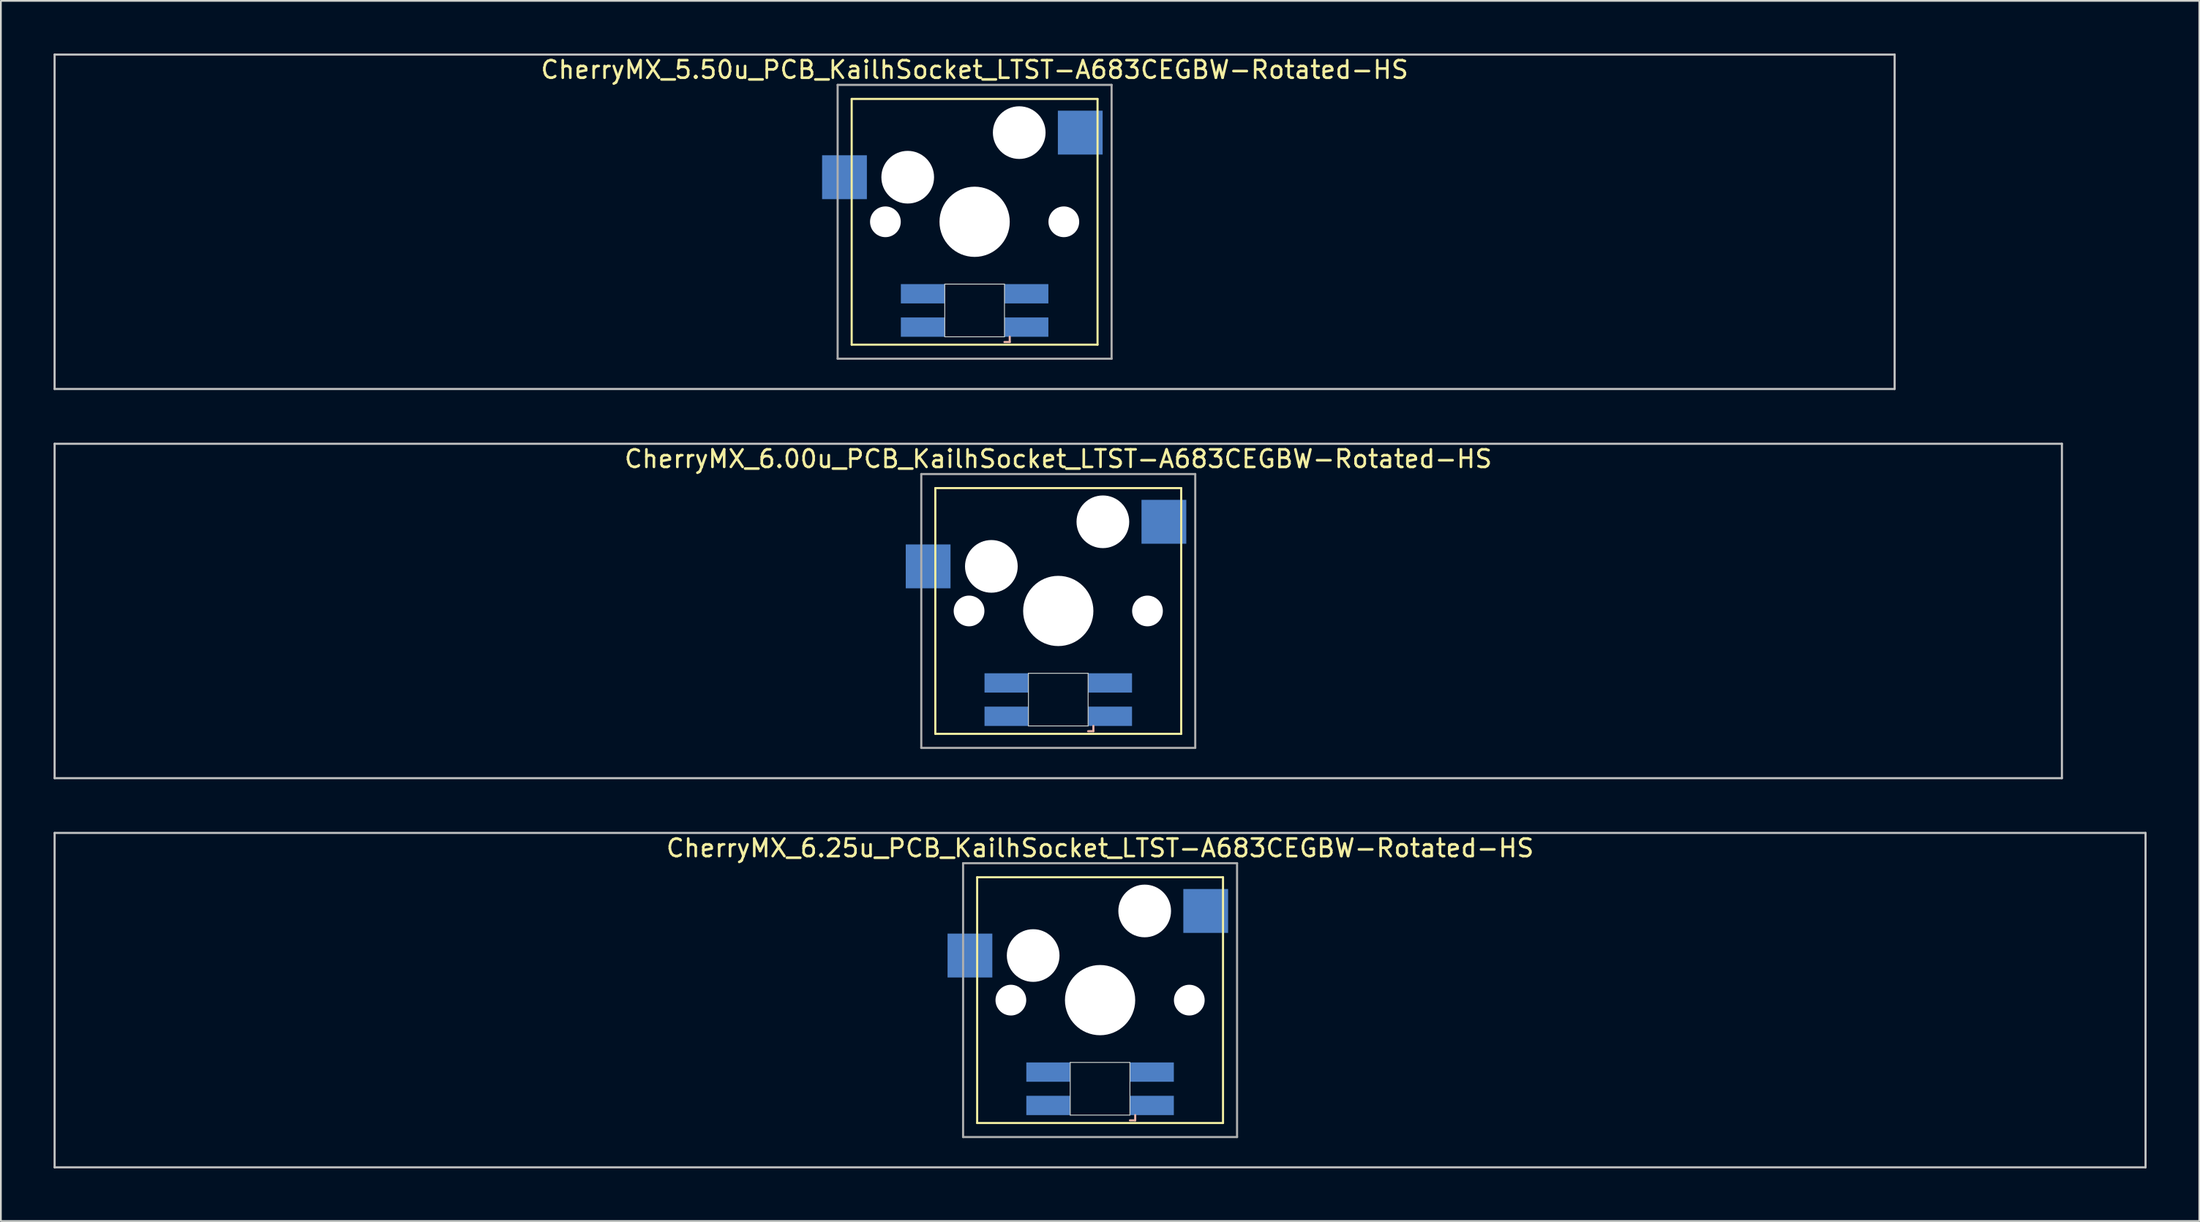
<source format=kicad_pcb>
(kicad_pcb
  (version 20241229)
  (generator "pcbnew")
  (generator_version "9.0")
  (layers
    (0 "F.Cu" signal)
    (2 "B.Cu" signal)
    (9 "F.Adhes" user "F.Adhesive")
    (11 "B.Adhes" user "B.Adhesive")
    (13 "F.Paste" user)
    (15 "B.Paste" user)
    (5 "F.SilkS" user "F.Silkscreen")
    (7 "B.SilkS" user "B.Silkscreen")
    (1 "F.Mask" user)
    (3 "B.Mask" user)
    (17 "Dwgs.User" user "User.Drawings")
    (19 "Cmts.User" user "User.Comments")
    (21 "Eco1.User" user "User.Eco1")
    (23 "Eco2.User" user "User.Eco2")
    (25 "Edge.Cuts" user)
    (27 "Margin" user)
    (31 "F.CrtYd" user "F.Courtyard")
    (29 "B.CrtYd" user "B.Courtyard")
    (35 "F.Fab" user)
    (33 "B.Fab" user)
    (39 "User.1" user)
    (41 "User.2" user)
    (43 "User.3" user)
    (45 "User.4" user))
  (footprint "CherryMX_5.50u_PCB_KailhSocket_LTST-A683CEGBW-Rotated-HS"
    (layer "F.Cu")
    (at 52.447 9.585)
    (property "Reference" "CherryMX_5.50u_PCB_KailhSocket_LTST-A683CEGBW-Rotated-HS" (at 0 -8.662 0) (layer "F.SilkS") (effects (font (size 1 1) (thickness 0.15))))
    (attr through_hole)
    (fp_line (start -7 -7) (end -7 7) (stroke (width 0.12) (type solid)) (layer "F.SilkS"))
    (fp_line (start -7 -7) (end 7 -7) (stroke (width 0.12) (type solid)) (layer "F.SilkS"))
    (fp_line (start 7 -7) (end 7 7) (stroke (width 0.12) (type solid)) (layer "F.SilkS"))
    (fp_line (start 7 7) (end -7 7) (stroke (width 0.12) (type solid)) (layer "F.SilkS"))
    (fp_line (start 1.7 6.85) (end 2 6.85) (stroke (width 0.12) (type solid)) (layer "B.SilkS"))
    (fp_line (start 2 6.85) (end 2 6.55) (stroke (width 0.12) (type solid)) (layer "B.SilkS"))
    (fp_line (start -52.388 -9.525) (end 52.388 -9.525) (stroke (width 0.12) (type solid)) (layer "Dwgs.User"))
    (fp_line (start -52.388 9.525) (end -52.388 -9.525) (stroke (width 0.12) (type solid)) (layer "Dwgs.User"))
    (fp_line (start 52.388 -9.525) (end 52.388 9.525) (stroke (width 0.12) (type solid)) (layer "Dwgs.User"))
    (fp_line (start 52.388 9.525) (end -52.388 9.525) (stroke (width 0.12) (type solid)) (layer "Dwgs.User"))
    (fp_line (start -1.7 3.55) (end 1.7 3.55) (stroke (width 0.05) (type solid)) (layer "Edge.Cuts"))
    (fp_line (start -1.7 6.55) (end -1.7 3.55) (stroke (width 0.05) (type solid)) (layer "Edge.Cuts"))
    (fp_line (start 1.7 3.55) (end 1.7 6.55) (stroke (width 0.05) (type solid)) (layer "Edge.Cuts"))
    (fp_line (start 1.7 6.55) (end -1.7 6.55) (stroke (width 0.05) (type solid)) (layer "Edge.Cuts"))
    (fp_line (start -7.8 -7.8) (end -7.8 7.8) (stroke (width 0.12) (type solid)) (layer "F.Fab"))
    (fp_line (start -7.8 -7.8) (end 7.8 -7.8) (stroke (width 0.12) (type solid)) (layer "F.Fab"))
    (fp_line (start -7.8 7.8) (end 7.8 7.8) (stroke (width 0.12) (type solid)) (layer "F.Fab"))
    (fp_line (start 7.8 -7.8) (end 7.8 7.8) (stroke (width 0.12) (type solid)) (layer "F.Fab"))
    (pad "" np_thru_hole circle (at -5.08 0) (size 1.75 1.75) (drill 1.75) (layers "*.Cu" "*.Mask"))
    (pad "" np_thru_hole circle (at -3.81 -2.54) (size 3 3) (drill 3) (layers "*.Cu" "*.Mask"))
    (pad "" np_thru_hole circle (at 0 0) (size 4 4) (drill 4) (layers "*.Cu" "*.Mask"))
    (pad "" np_thru_hole circle (at 2.54 -5.08) (size 3 3) (drill 3) (layers "*.Cu" "*.Mask"))
    (pad "" np_thru_hole circle (at 5.08 0) (size 1.75 1.75) (drill 1.75) (layers "*.Cu" "*.Mask"))
    (pad "1" smd rect (at -7.41 -2.54) (size 2.55 2.5) (layers "B.Cu" "B.Mask" "B.Paste"))
    (pad "2" smd rect (at 6.015 -5.08) (size 2.55 2.5) (layers "B.Cu" "B.Mask" "B.Paste"))
    (pad "3" smd rect (at 2.95 6) (size 2.5 1.1) (layers "B.Cu" "B.Mask" "B.Paste"))
    (pad "4" smd rect (at 2.95 4.1) (size 2.5 1.1) (layers "B.Cu" "B.Mask" "B.Paste"))
    (pad "5" smd rect (at -2.95 6) (size 2.5 1.1) (layers "B.Cu" "B.Mask" "B.Paste"))
    (pad "6" smd rect (at -2.95 4.1) (size 2.5 1.1) (layers "B.Cu" "B.Mask" "B.Paste")))
  (footprint "CherryMX_6.25u_PCB_KailhSocket_LTST-A683CEGBW-Rotated-HS"
    (layer "F.Cu")
    (at 59.591 53.925)
    (property "Reference" "CherryMX_6.25u_PCB_KailhSocket_LTST-A683CEGBW-Rotated-HS" (at 0 -8.662 0) (layer "F.SilkS") (effects (font (size 1 1) (thickness 0.15))))
    (attr through_hole)
    (fp_line (start -7 -7) (end -7 7) (stroke (width 0.12) (type solid)) (layer "F.SilkS"))
    (fp_line (start -7 -7) (end 7 -7) (stroke (width 0.12) (type solid)) (layer "F.SilkS"))
    (fp_line (start 7 -7) (end 7 7) (stroke (width 0.12) (type solid)) (layer "F.SilkS"))
    (fp_line (start 7 7) (end -7 7) (stroke (width 0.12) (type solid)) (layer "F.SilkS"))
    (fp_line (start 1.7 6.85) (end 2 6.85) (stroke (width 0.12) (type solid)) (layer "B.SilkS"))
    (fp_line (start 2 6.85) (end 2 6.55) (stroke (width 0.12) (type solid)) (layer "B.SilkS"))
    (fp_line (start -59.531 -9.525) (end 59.531 -9.525) (stroke (width 0.12) (type solid)) (layer "Dwgs.User"))
    (fp_line (start -59.531 9.525) (end -59.531 -9.525) (stroke (width 0.12) (type solid)) (layer "Dwgs.User"))
    (fp_line (start 59.531 -9.525) (end 59.531 9.525) (stroke (width 0.12) (type solid)) (layer "Dwgs.User"))
    (fp_line (start 59.531 9.525) (end -59.531 9.525) (stroke (width 0.12) (type solid)) (layer "Dwgs.User"))
    (fp_line (start -1.7 3.55) (end 1.7 3.55) (stroke (width 0.05) (type solid)) (layer "Edge.Cuts"))
    (fp_line (start -1.7 6.55) (end -1.7 3.55) (stroke (width 0.05) (type solid)) (layer "Edge.Cuts"))
    (fp_line (start 1.7 3.55) (end 1.7 6.55) (stroke (width 0.05) (type solid)) (layer "Edge.Cuts"))
    (fp_line (start 1.7 6.55) (end -1.7 6.55) (stroke (width 0.05) (type solid)) (layer "Edge.Cuts"))
    (fp_line (start -7.8 -7.8) (end -7.8 7.8) (stroke (width 0.12) (type solid)) (layer "F.Fab"))
    (fp_line (start -7.8 -7.8) (end 7.8 -7.8) (stroke (width 0.12) (type solid)) (layer "F.Fab"))
    (fp_line (start -7.8 7.8) (end 7.8 7.8) (stroke (width 0.12) (type solid)) (layer "F.Fab"))
    (fp_line (start 7.8 -7.8) (end 7.8 7.8) (stroke (width 0.12) (type solid)) (layer "F.Fab"))
    (pad "" np_thru_hole circle (at -5.08 0) (size 1.75 1.75) (drill 1.75) (layers "*.Cu" "*.Mask"))
    (pad "" np_thru_hole circle (at -3.81 -2.54) (size 3 3) (drill 3) (layers "*.Cu" "*.Mask"))
    (pad "" np_thru_hole circle (at 0 0) (size 4 4) (drill 4) (layers "*.Cu" "*.Mask"))
    (pad "" np_thru_hole circle (at 2.54 -5.08) (size 3 3) (drill 3) (layers "*.Cu" "*.Mask"))
    (pad "" np_thru_hole circle (at 5.08 0) (size 1.75 1.75) (drill 1.75) (layers "*.Cu" "*.Mask"))
    (pad "1" smd rect (at -7.41 -2.54) (size 2.55 2.5) (layers "B.Cu" "B.Mask" "B.Paste"))
    (pad "2" smd rect (at 6.015 -5.08) (size 2.55 2.5) (layers "B.Cu" "B.Mask" "B.Paste"))
    (pad "3" smd rect (at 2.95 6) (size 2.5 1.1) (layers "B.Cu" "B.Mask" "B.Paste"))
    (pad "4" smd rect (at 2.95 4.1) (size 2.5 1.1) (layers "B.Cu" "B.Mask" "B.Paste"))
    (pad "5" smd rect (at -2.95 6) (size 2.5 1.1) (layers "B.Cu" "B.Mask" "B.Paste"))
    (pad "6" smd rect (at -2.95 4.1) (size 2.5 1.1) (layers "B.Cu" "B.Mask" "B.Paste")))
  (footprint "CherryMX_6.00u_PCB_KailhSocket_LTST-A683CEGBW-Rotated-HS"
    (layer "F.Cu")
    (at 57.21 31.755)
    (property "Reference" "CherryMX_6.00u_PCB_KailhSocket_LTST-A683CEGBW-Rotated-HS" (at 0 -8.662 0) (layer "F.SilkS") (effects (font (size 1 1) (thickness 0.15))))
    (attr through_hole)
    (fp_line (start -7 -7) (end -7 7) (stroke (width 0.12) (type solid)) (layer "F.SilkS"))
    (fp_line (start -7 -7) (end 7 -7) (stroke (width 0.12) (type solid)) (layer "F.SilkS"))
    (fp_line (start 7 -7) (end 7 7) (stroke (width 0.12) (type solid)) (layer "F.SilkS"))
    (fp_line (start 7 7) (end -7 7) (stroke (width 0.12) (type solid)) (layer "F.SilkS"))
    (fp_line (start 1.7 6.85) (end 2 6.85) (stroke (width 0.12) (type solid)) (layer "B.SilkS"))
    (fp_line (start 2 6.85) (end 2 6.55) (stroke (width 0.12) (type solid)) (layer "B.SilkS"))
    (fp_line (start -57.15 -9.525) (end 57.15 -9.525) (stroke (width 0.12) (type solid)) (layer "Dwgs.User"))
    (fp_line (start -57.15 9.525) (end -57.15 -9.525) (stroke (width 0.12) (type solid)) (layer "Dwgs.User"))
    (fp_line (start 57.15 -9.525) (end 57.15 9.525) (stroke (width 0.12) (type solid)) (layer "Dwgs.User"))
    (fp_line (start 57.15 9.525) (end -57.15 9.525) (stroke (width 0.12) (type solid)) (layer "Dwgs.User"))
    (fp_line (start -1.7 3.55) (end 1.7 3.55) (stroke (width 0.05) (type solid)) (layer "Edge.Cuts"))
    (fp_line (start -1.7 6.55) (end -1.7 3.55) (stroke (width 0.05) (type solid)) (layer "Edge.Cuts"))
    (fp_line (start 1.7 3.55) (end 1.7 6.55) (stroke (width 0.05) (type solid)) (layer "Edge.Cuts"))
    (fp_line (start 1.7 6.55) (end -1.7 6.55) (stroke (width 0.05) (type solid)) (layer "Edge.Cuts"))
    (fp_line (start -7.8 -7.8) (end -7.8 7.8) (stroke (width 0.12) (type solid)) (layer "F.Fab"))
    (fp_line (start -7.8 -7.8) (end 7.8 -7.8) (stroke (width 0.12) (type solid)) (layer "F.Fab"))
    (fp_line (start -7.8 7.8) (end 7.8 7.8) (stroke (width 0.12) (type solid)) (layer "F.Fab"))
    (fp_line (start 7.8 -7.8) (end 7.8 7.8) (stroke (width 0.12) (type solid)) (layer "F.Fab"))
    (pad "" np_thru_hole circle (at -5.08 0) (size 1.75 1.75) (drill 1.75) (layers "*.Cu" "*.Mask"))
    (pad "" np_thru_hole circle (at -3.81 -2.54) (size 3 3) (drill 3) (layers "*.Cu" "*.Mask"))
    (pad "" np_thru_hole circle (at 0 0) (size 4 4) (drill 4) (layers "*.Cu" "*.Mask"))
    (pad "" np_thru_hole circle (at 2.54 -5.08) (size 3 3) (drill 3) (layers "*.Cu" "*.Mask"))
    (pad "" np_thru_hole circle (at 5.08 0) (size 1.75 1.75) (drill 1.75) (layers "*.Cu" "*.Mask"))
    (pad "1" smd rect (at -7.41 -2.54) (size 2.55 2.5) (layers "B.Cu" "B.Mask" "B.Paste"))
    (pad "2" smd rect (at 6.015 -5.08) (size 2.55 2.5) (layers "B.Cu" "B.Mask" "B.Paste"))
    (pad "3" smd rect (at 2.95 6) (size 2.5 1.1) (layers "B.Cu" "B.Mask" "B.Paste"))
    (pad "4" smd rect (at 2.95 4.1) (size 2.5 1.1) (layers "B.Cu" "B.Mask" "B.Paste"))
    (pad "5" smd rect (at -2.95 6) (size 2.5 1.1) (layers "B.Cu" "B.Mask" "B.Paste"))
    (pad "6" smd rect (at -2.95 4.1) (size 2.5 1.1) (layers "B.Cu" "B.Mask" "B.Paste")))
  (gr_rect
    (start -3 -3)
    (end 122.183 66.51)
    (stroke (width 0.1) (type default))
    (fill no)
    (layer "Edge.Cuts")))
</source>
